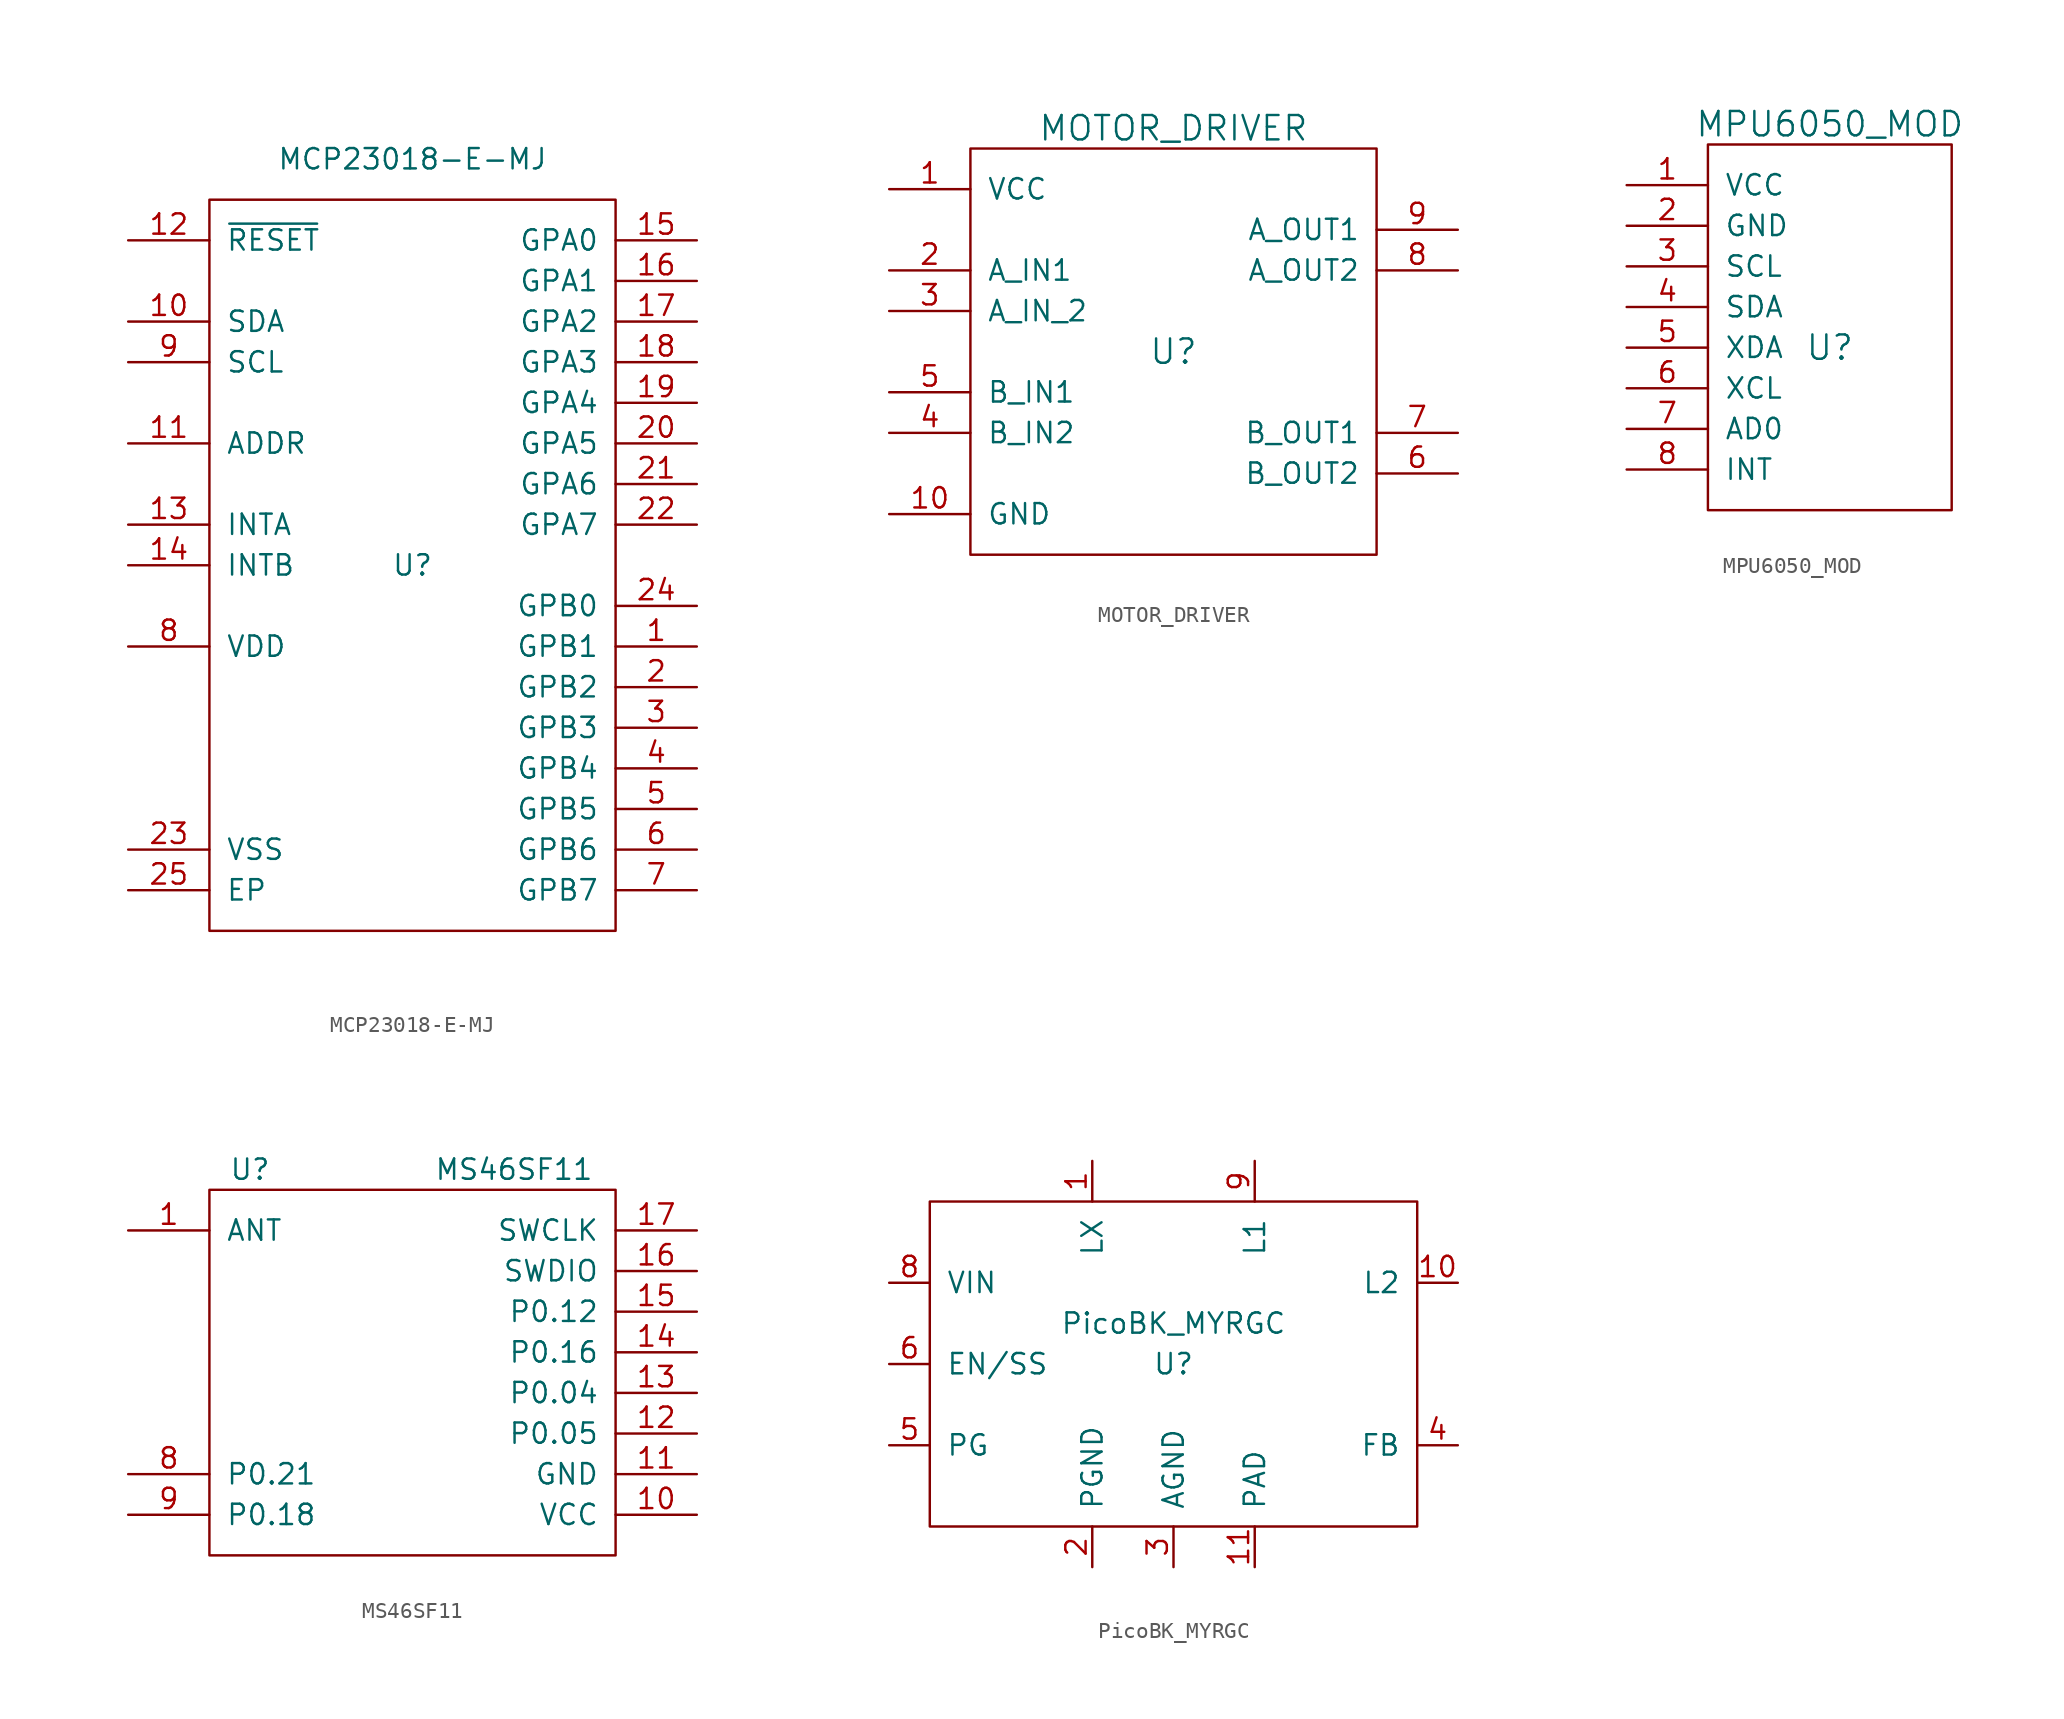
<source format=kicad_sym>
(kicad_symbol_lib
  (version 20220914)
  (generator kicad_symbol_editor)
  (symbol "MCP23018-E-MJ"
    (pin_names
      (offset 1.016))
    (property "Reference" "U"
      (at 0 0 0)
      (effects (font (size 1.27 1.27))))
    (property "Value" "MCP23018-E-MJ"
      (at 0 25.4 0)
      (effects (font (size 1.27 1.27))))
    (symbol "MCP23018-E-MJ_0_1"
      (rectangle (start -12.7 22.86) (end 12.7 -22.86) (stroke (width 0) (type solid)) (fill (type none))))
    (symbol "MCP23018-E-MJ_1_1"
      (pin bidirectional line (at 17.78 -5.08 180) (length 5.08) (name "GPB1" (effects (font (size 1.27 1.27)))) (number "1" (effects (font (size 1.27 1.27)))))
      (pin bidirectional line (at -17.78 15.24 0) (length 5.08) (name "SDA" (effects (font (size 1.27 1.27)))) (number "10" (effects (font (size 1.27 1.27)))))
      (pin input line (at -17.78 7.62 0) (length 5.08) (name "ADDR" (effects (font (size 1.27 1.27)))) (number "11" (effects (font (size 1.27 1.27)))))
      (pin input line (at -17.78 20.32 0) (length 5.08) (name "~{RESET}" (effects (font (size 1.27 1.27)))) (number "12" (effects (font (size 1.27 1.27)))))
      (pin output line (at -17.78 2.54 0) (length 5.08) (name "INTA" (effects (font (size 1.27 1.27)))) (number "13" (effects (font (size 1.27 1.27)))))
      (pin output line (at -17.78 0 0) (length 5.08) (name "INTB" (effects (font (size 1.27 1.27)))) (number "14" (effects (font (size 1.27 1.27)))))
      (pin bidirectional line (at 17.78 20.32 180) (length 5.08) (name "GPA0" (effects (font (size 1.27 1.27)))) (number "15" (effects (font (size 1.27 1.27)))))
      (pin bidirectional line (at 17.78 17.78 180) (length 5.08) (name "GPA1" (effects (font (size 1.27 1.27)))) (number "16" (effects (font (size 1.27 1.27)))))
      (pin bidirectional line (at 17.78 15.24 180) (length 5.08) (name "GPA2" (effects (font (size 1.27 1.27)))) (number "17" (effects (font (size 1.27 1.27)))))
      (pin bidirectional line (at 17.78 12.7 180) (length 5.08) (name "GPA3" (effects (font (size 1.27 1.27)))) (number "18" (effects (font (size 1.27 1.27)))))
      (pin bidirectional line (at 17.78 10.16 180) (length 5.08) (name "GPA4" (effects (font (size 1.27 1.27)))) (number "19" (effects (font (size 1.27 1.27)))))
      (pin bidirectional line (at 17.78 -7.62 180) (length 5.08) (name "GPB2" (effects (font (size 1.27 1.27)))) (number "2" (effects (font (size 1.27 1.27)))))
      (pin bidirectional line (at 17.78 7.62 180) (length 5.08) (name "GPA5" (effects (font (size 1.27 1.27)))) (number "20" (effects (font (size 1.27 1.27)))))
      (pin bidirectional line (at 17.78 5.08 180) (length 5.08) (name "GPA6" (effects (font (size 1.27 1.27)))) (number "21" (effects (font (size 1.27 1.27)))))
      (pin bidirectional line (at 17.78 2.54 180) (length 5.08) (name "GPA7" (effects (font (size 1.27 1.27)))) (number "22" (effects (font (size 1.27 1.27)))))
      (pin power_in line (at -17.78 -17.78 0) (length 5.08) (name "VSS" (effects (font (size 1.27 1.27)))) (number "23" (effects (font (size 1.27 1.27)))))
      (pin bidirectional line (at 17.78 -2.54 180) (length 5.08) (name "GPB0" (effects (font (size 1.27 1.27)))) (number "24" (effects (font (size 1.27 1.27)))))
      (pin power_in line (at -17.78 -20.32 0) (length 5.08) (name "EP" (effects (font (size 1.27 1.27)))) (number "25" (effects (font (size 1.27 1.27)))))
      (pin bidirectional line (at 17.78 -10.16 180) (length 5.08) (name "GPB3" (effects (font (size 1.27 1.27)))) (number "3" (effects (font (size 1.27 1.27)))))
      (pin bidirectional line (at 17.78 -12.7 180) (length 5.08) (name "GPB4" (effects (font (size 1.27 1.27)))) (number "4" (effects (font (size 1.27 1.27)))))
      (pin bidirectional line (at 17.78 -15.24 180) (length 5.08) (name "GPB5" (effects (font (size 1.27 1.27)))) (number "5" (effects (font (size 1.27 1.27)))))
      (pin bidirectional line (at 17.78 -17.78 180) (length 5.08) (name "GPB6" (effects (font (size 1.27 1.27)))) (number "6" (effects (font (size 1.27 1.27)))))
      (pin bidirectional line (at 17.78 -20.32 180) (length 5.08) (name "GPB7" (effects (font (size 1.27 1.27)))) (number "7" (effects (font (size 1.27 1.27)))))
      (pin power_in line (at -17.78 -5.08 0) (length 5.08) (name "VDD" (effects (font (size 1.27 1.27)))) (number "8" (effects (font (size 1.27 1.27)))))
      (pin input line (at -17.78 12.7 0) (length 5.08) (name "SCL" (effects (font (size 1.27 1.27)))) (number "9" (effects (font (size 1.27 1.27)))))))
  (symbol "MOTOR_DRIVER"
    (pin_names
      (offset 1.016))
    (property "Reference" "U"
      (at 0 0 0)
      (effects (font (size 1.524 1.524))))
    (property "Value" "MOTOR_DRIVER"
      (at 0 13.97 0)
      (effects (font (size 1.524 1.524))))
    (symbol "MOTOR_DRIVER_0_1"
      (rectangle (start -12.7 12.7) (end 12.7 -12.7) (stroke (width 0) (type solid)) (fill (type none))))
    (symbol "MOTOR_DRIVER_1_1"
      (pin input line (at -17.78 10.16 0) (length 5.08) (name "VCC" (effects (font (size 1.27 1.27)))) (number "1" (effects (font (size 1.27 1.27)))))
      (pin input line (at -17.78 -10.16 0) (length 5.08) (name "GND" (effects (font (size 1.27 1.27)))) (number "10" (effects (font (size 1.27 1.27)))))
      (pin input line (at -17.78 5.08 0) (length 5.08) (name "A_IN1" (effects (font (size 1.27 1.27)))) (number "2" (effects (font (size 1.27 1.27)))))
      (pin input line (at -17.78 2.54 0) (length 5.08) (name "A_IN_2" (effects (font (size 1.27 1.27)))) (number "3" (effects (font (size 1.27 1.27)))))
      (pin input line (at -17.78 -5.08 0) (length 5.08) (name "B_IN2" (effects (font (size 1.27 1.27)))) (number "4" (effects (font (size 1.27 1.27)))))
      (pin input line (at -17.78 -2.54 0) (length 5.08) (name "B_IN1" (effects (font (size 1.27 1.27)))) (number "5" (effects (font (size 1.27 1.27)))))
      (pin input line (at 17.78 -7.62 180) (length 5.08) (name "B_OUT2" (effects (font (size 1.27 1.27)))) (number "6" (effects (font (size 1.27 1.27)))))
      (pin input line (at 17.78 -5.08 180) (length 5.08) (name "B_OUT1" (effects (font (size 1.27 1.27)))) (number "7" (effects (font (size 1.27 1.27)))))
      (pin input line (at 17.78 5.08 180) (length 5.08) (name "A_OUT2" (effects (font (size 1.27 1.27)))) (number "8" (effects (font (size 1.27 1.27)))))
      (pin input line (at 17.78 7.62 180) (length 5.08) (name "A_OUT1" (effects (font (size 1.27 1.27)))) (number "9" (effects (font (size 1.27 1.27)))))))
  (symbol "MPU6050_MOD"
    (pin_names
      (offset 1.016))
    (property "Reference" "U"
      (at 0 -2.54 0)
      (effects (font (size 1.524 1.524))))
    (property "Value" "MPU6050_MOD"
      (at 0 11.43 0)
      (effects (font (size 1.524 1.524))))
    (symbol "MPU6050_MOD_0_1"
      (rectangle (start -7.62 10.16) (end 7.62 -12.7) (stroke (width 0) (type solid)) (fill (type none))))
    (symbol "MPU6050_MOD_1_1"
      (pin power_in line (at -12.7 7.62 0) (length 5.08) (name "VCC" (effects (font (size 1.27 1.27)))) (number "1" (effects (font (size 1.27 1.27)))))
      (pin power_in line (at -12.7 5.08 0) (length 5.08) (name "GND" (effects (font (size 1.27 1.27)))) (number "2" (effects (font (size 1.27 1.27)))))
      (pin input line (at -12.7 2.54 0) (length 5.08) (name "SCL" (effects (font (size 1.27 1.27)))) (number "3" (effects (font (size 1.27 1.27)))))
      (pin input line (at -12.7 0 0) (length 5.08) (name "SDA" (effects (font (size 1.27 1.27)))) (number "4" (effects (font (size 1.27 1.27)))))
      (pin input line (at -12.7 -2.54 0) (length 5.08) (name "XDA" (effects (font (size 1.27 1.27)))) (number "5" (effects (font (size 1.27 1.27)))))
      (pin input line (at -12.7 -5.08 0) (length 5.08) (name "XCL" (effects (font (size 1.27 1.27)))) (number "6" (effects (font (size 1.27 1.27)))))
      (pin input line (at -12.7 -7.62 0) (length 5.08) (name "AD0" (effects (font (size 1.27 1.27)))) (number "7" (effects (font (size 1.27 1.27)))))
      (pin output line (at -12.7 -10.16 0) (length 5.08) (name "INT" (effects (font (size 1.27 1.27)))) (number "8" (effects (font (size 1.27 1.27)))))))
  (symbol "MS46SF11"
    (pin_names
      (offset 1.016))
    (property "Reference" "U"
      (at -10.16 13.97 0)
      (effects (font (size 1.27 1.27))))
    (property "Value" "MS46SF11"
      (at 6.35 13.97 0)
      (effects (font (size 1.27 1.27))))
    (symbol "MS46SF11_0_1"
      (rectangle (start -12.7 12.7) (end 12.7 -10.16) (stroke (width 0) (type solid)) (fill (type none))))
    (symbol "MS46SF11_1_1"
      (pin bidirectional line (at -17.78 10.16 0) (length 5.08) (name "ANT" (effects (font (size 1.27 1.27)))) (number "1" (effects (font (size 1.27 1.27)))))
      (pin power_in line (at 17.78 -7.62 180) (length 5.08) (name "VCC" (effects (font (size 1.27 1.27)))) (number "10" (effects (font (size 1.27 1.27)))))
      (pin power_in line (at 17.78 -5.08 180) (length 5.08) (name "GND" (effects (font (size 1.27 1.27)))) (number "11" (effects (font (size 1.27 1.27)))))
      (pin bidirectional line (at 17.78 -2.54 180) (length 5.08) (name "P0.05" (effects (font (size 1.27 1.27)))) (number "12" (effects (font (size 1.27 1.27)))))
      (pin bidirectional line (at 17.78 0 180) (length 5.08) (name "P0.04" (effects (font (size 1.27 1.27)))) (number "13" (effects (font (size 1.27 1.27)))))
      (pin bidirectional line (at 17.78 2.54 180) (length 5.08) (name "P0.16" (effects (font (size 1.27 1.27)))) (number "14" (effects (font (size 1.27 1.27)))))
      (pin bidirectional line (at 17.78 5.08 180) (length 5.08) (name "P0.12" (effects (font (size 1.27 1.27)))) (number "15" (effects (font (size 1.27 1.27)))))
      (pin bidirectional line (at 17.78 7.62 180) (length 5.08) (name "SWDIO" (effects (font (size 1.27 1.27)))) (number "16" (effects (font (size 1.27 1.27)))))
      (pin input line (at 17.78 10.16 180) (length 5.08) (name "SWCLK" (effects (font (size 1.27 1.27)))) (number "17" (effects (font (size 1.27 1.27)))))
      (pin bidirectional line (at -17.78 -5.08 0) (length 5.08) (name "P0.21" (effects (font (size 1.27 1.27)))) (number "8" (effects (font (size 1.27 1.27)))))
      (pin bidirectional line (at -17.78 -7.62 0) (length 5.08) (name "P0.18" (effects (font (size 1.27 1.27)))) (number "9" (effects (font (size 1.27 1.27)))))))
  (symbol "PicoBK_MYRGC"
    (pin_names
      (offset 1.016))
    (property "Reference" "U"
      (at 0 0 0)
      (effects (font (size 1.27 1.27))))
    (property "Value" "PicoBK_MYRGC"
      (at 0 2.54 0)
      (effects (font (size 1.27 1.27))))
    (symbol "PicoBK_MYRGC_0_1"
      (rectangle (start -15.24 10.16) (end 15.24 -10.16) (stroke (width 0) (type solid)) (fill (type none))))
    (symbol "PicoBK_MYRGC_1_1"
      (pin output line (at -5.08 12.7 270) (length 2.54) (name "LX" (effects (font (size 1.27 1.27)))) (number "1" (effects (font (size 1.27 1.27)))))
      (pin power_out line (at 17.78 5.08 180) (length 2.54) (name "L2" (effects (font (size 1.27 1.27)))) (number "10" (effects (font (size 1.27 1.27)))))
      (pin power_in line (at 5.08 -12.7 90) (length 2.54) (name "PAD" (effects (font (size 1.27 1.27)))) (number "11" (effects (font (size 1.27 1.27)))))
      (pin power_in line (at -5.08 -12.7 90) (length 2.54) (name "PGND" (effects (font (size 1.27 1.27)))) (number "2" (effects (font (size 1.27 1.27)))))
      (pin power_in line (at 0 -12.7 90) (length 2.54) (name "AGND" (effects (font (size 1.27 1.27)))) (number "3" (effects (font (size 1.27 1.27)))))
      (pin input line (at 17.78 -5.08 180) (length 2.54) (name "FB" (effects (font (size 1.27 1.27)))) (number "4" (effects (font (size 1.27 1.27)))))
      (pin output line (at -17.78 -5.08 0) (length 2.54) (name "PG" (effects (font (size 1.27 1.27)))) (number "5" (effects (font (size 1.27 1.27)))))
      (pin input line (at -17.78 0 0) (length 2.54) (name "EN/SS" (effects (font (size 1.27 1.27)))) (number "6" (effects (font (size 1.27 1.27)))))
      (pin power_in line (at -17.78 5.08 0) (length 2.54) (name "VIN" (effects (font (size 1.27 1.27)))) (number "8" (effects (font (size 1.27 1.27)))))
      (pin input line (at 5.08 12.7 270) (length 2.54) (name "L1" (effects (font (size 1.27 1.27)))) (number "9" (effects (font (size 1.27 1.27))))))))
</source>
